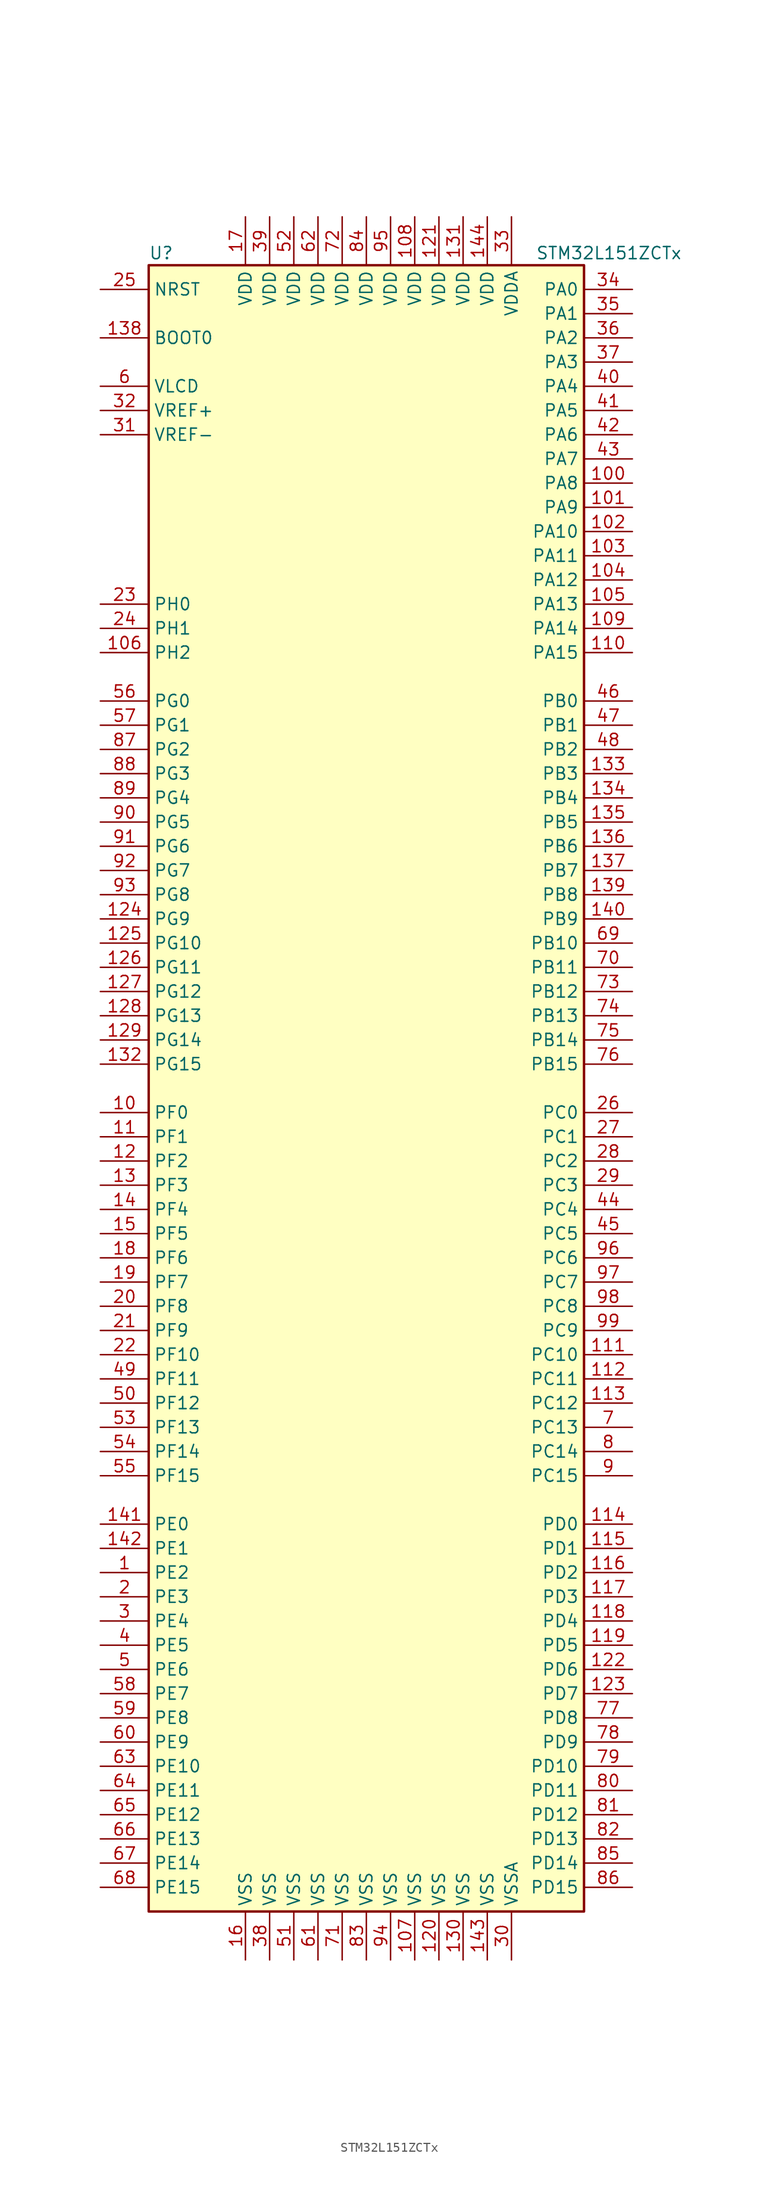
<source format=kicad_sym>
(kicad_symbol_lib
  (version 20201005)
  (generator kicad_symbol_editor)
  (symbol "STM32L151ZCTx"
    (property "Reference" "U"
      (at -22.86 87.63 0)
      (effects (font (size 1.27 1.27)) (justify left)))
    (property "Value" "STM32L151ZCTx"
      (at 17.78 87.63 0)
      (effects (font (size 1.27 1.27)) (justify left)))
    (symbol "STM32L151ZCTx_0_1"
      (rectangle (start -22.86 -86.36) (end 22.86 86.36) (stroke (width 0.254)) (fill (type background))))
    (symbol "STM32L151ZCTx_1_1"
      (pin bidirectional line (at -27.94 -50.8 0) (length 5.08) (name "PE2" (effects (font (size 1.27 1.27)))) (number "1" (effects (font (size 1.27 1.27)))))
      (pin bidirectional line (at -27.94 -2.54 0) (length 5.08) (name "PF0" (effects (font (size 1.27 1.27)))) (number "10" (effects (font (size 1.27 1.27)))))
      (pin bidirectional line (at 27.94 63.5 180) (length 5.08) (name "PA8" (effects (font (size 1.27 1.27)))) (number "100" (effects (font (size 1.27 1.27)))))
      (pin bidirectional line (at 27.94 60.96 180) (length 5.08) (name "PA9" (effects (font (size 1.27 1.27)))) (number "101" (effects (font (size 1.27 1.27)))))
      (pin bidirectional line (at 27.94 58.42 180) (length 5.08) (name "PA10" (effects (font (size 1.27 1.27)))) (number "102" (effects (font (size 1.27 1.27)))))
      (pin bidirectional line (at 27.94 55.88 180) (length 5.08) (name "PA11" (effects (font (size 1.27 1.27)))) (number "103" (effects (font (size 1.27 1.27)))))
      (pin bidirectional line (at 27.94 53.34 180) (length 5.08) (name "PA12" (effects (font (size 1.27 1.27)))) (number "104" (effects (font (size 1.27 1.27)))))
      (pin bidirectional line (at 27.94 50.8 180) (length 5.08) (name "PA13" (effects (font (size 1.27 1.27)))) (number "105" (effects (font (size 1.27 1.27)))))
      (pin bidirectional line (at -27.94 45.72 0) (length 5.08) (name "PH2" (effects (font (size 1.27 1.27)))) (number "106" (effects (font (size 1.27 1.27)))))
      (pin power_in line (at 5.08 -91.44 90) (length 5.08) (name "VSS" (effects (font (size 1.27 1.27)))) (number "107" (effects (font (size 1.27 1.27)))))
      (pin power_in line (at 5.08 91.44 270) (length 5.08) (name "VDD" (effects (font (size 1.27 1.27)))) (number "108" (effects (font (size 1.27 1.27)))))
      (pin bidirectional line (at 27.94 48.26 180) (length 5.08) (name "PA14" (effects (font (size 1.27 1.27)))) (number "109" (effects (font (size 1.27 1.27)))))
      (pin bidirectional line (at -27.94 -5.08 0) (length 5.08) (name "PF1" (effects (font (size 1.27 1.27)))) (number "11" (effects (font (size 1.27 1.27)))))
      (pin bidirectional line (at 27.94 45.72 180) (length 5.08) (name "PA15" (effects (font (size 1.27 1.27)))) (number "110" (effects (font (size 1.27 1.27)))))
      (pin bidirectional line (at 27.94 -27.94 180) (length 5.08) (name "PC10" (effects (font (size 1.27 1.27)))) (number "111" (effects (font (size 1.27 1.27)))))
      (pin bidirectional line (at 27.94 -30.48 180) (length 5.08) (name "PC11" (effects (font (size 1.27 1.27)))) (number "112" (effects (font (size 1.27 1.27)))))
      (pin bidirectional line (at 27.94 -33.02 180) (length 5.08) (name "PC12" (effects (font (size 1.27 1.27)))) (number "113" (effects (font (size 1.27 1.27)))))
      (pin bidirectional line (at 27.94 -45.72 180) (length 5.08) (name "PD0" (effects (font (size 1.27 1.27)))) (number "114" (effects (font (size 1.27 1.27)))))
      (pin bidirectional line (at 27.94 -48.26 180) (length 5.08) (name "PD1" (effects (font (size 1.27 1.27)))) (number "115" (effects (font (size 1.27 1.27)))))
      (pin bidirectional line (at 27.94 -50.8 180) (length 5.08) (name "PD2" (effects (font (size 1.27 1.27)))) (number "116" (effects (font (size 1.27 1.27)))))
      (pin bidirectional line (at 27.94 -53.34 180) (length 5.08) (name "PD3" (effects (font (size 1.27 1.27)))) (number "117" (effects (font (size 1.27 1.27)))))
      (pin bidirectional line (at 27.94 -55.88 180) (length 5.08) (name "PD4" (effects (font (size 1.27 1.27)))) (number "118" (effects (font (size 1.27 1.27)))))
      (pin bidirectional line (at 27.94 -58.42 180) (length 5.08) (name "PD5" (effects (font (size 1.27 1.27)))) (number "119" (effects (font (size 1.27 1.27)))))
      (pin bidirectional line (at -27.94 -7.62 0) (length 5.08) (name "PF2" (effects (font (size 1.27 1.27)))) (number "12" (effects (font (size 1.27 1.27)))))
      (pin power_in line (at 7.62 -91.44 90) (length 5.08) (name "VSS" (effects (font (size 1.27 1.27)))) (number "120" (effects (font (size 1.27 1.27)))))
      (pin power_in line (at 7.62 91.44 270) (length 5.08) (name "VDD" (effects (font (size 1.27 1.27)))) (number "121" (effects (font (size 1.27 1.27)))))
      (pin bidirectional line (at 27.94 -60.96 180) (length 5.08) (name "PD6" (effects (font (size 1.27 1.27)))) (number "122" (effects (font (size 1.27 1.27)))))
      (pin bidirectional line (at 27.94 -63.5 180) (length 5.08) (name "PD7" (effects (font (size 1.27 1.27)))) (number "123" (effects (font (size 1.27 1.27)))))
      (pin bidirectional line (at -27.94 17.78 0) (length 5.08) (name "PG9" (effects (font (size 1.27 1.27)))) (number "124" (effects (font (size 1.27 1.27)))))
      (pin bidirectional line (at -27.94 15.24 0) (length 5.08) (name "PG10" (effects (font (size 1.27 1.27)))) (number "125" (effects (font (size 1.27 1.27)))))
      (pin bidirectional line (at -27.94 12.7 0) (length 5.08) (name "PG11" (effects (font (size 1.27 1.27)))) (number "126" (effects (font (size 1.27 1.27)))))
      (pin bidirectional line (at -27.94 10.16 0) (length 5.08) (name "PG12" (effects (font (size 1.27 1.27)))) (number "127" (effects (font (size 1.27 1.27)))))
      (pin bidirectional line (at -27.94 7.62 0) (length 5.08) (name "PG13" (effects (font (size 1.27 1.27)))) (number "128" (effects (font (size 1.27 1.27)))))
      (pin bidirectional line (at -27.94 5.08 0) (length 5.08) (name "PG14" (effects (font (size 1.27 1.27)))) (number "129" (effects (font (size 1.27 1.27)))))
      (pin bidirectional line (at -27.94 -10.16 0) (length 5.08) (name "PF3" (effects (font (size 1.27 1.27)))) (number "13" (effects (font (size 1.27 1.27)))))
      (pin power_in line (at 10.16 -91.44 90) (length 5.08) (name "VSS" (effects (font (size 1.27 1.27)))) (number "130" (effects (font (size 1.27 1.27)))))
      (pin power_in line (at 10.16 91.44 270) (length 5.08) (name "VDD" (effects (font (size 1.27 1.27)))) (number "131" (effects (font (size 1.27 1.27)))))
      (pin bidirectional line (at -27.94 2.54 0) (length 5.08) (name "PG15" (effects (font (size 1.27 1.27)))) (number "132" (effects (font (size 1.27 1.27)))))
      (pin bidirectional line (at 27.94 33.02 180) (length 5.08) (name "PB3" (effects (font (size 1.27 1.27)))) (number "133" (effects (font (size 1.27 1.27)))))
      (pin bidirectional line (at 27.94 30.48 180) (length 5.08) (name "PB4" (effects (font (size 1.27 1.27)))) (number "134" (effects (font (size 1.27 1.27)))))
      (pin bidirectional line (at 27.94 27.94 180) (length 5.08) (name "PB5" (effects (font (size 1.27 1.27)))) (number "135" (effects (font (size 1.27 1.27)))))
      (pin bidirectional line (at 27.94 25.4 180) (length 5.08) (name "PB6" (effects (font (size 1.27 1.27)))) (number "136" (effects (font (size 1.27 1.27)))))
      (pin bidirectional line (at 27.94 22.86 180) (length 5.08) (name "PB7" (effects (font (size 1.27 1.27)))) (number "137" (effects (font (size 1.27 1.27)))))
      (pin input line (at -27.94 78.74 0) (length 5.08) (name "BOOT0" (effects (font (size 1.27 1.27)))) (number "138" (effects (font (size 1.27 1.27)))))
      (pin bidirectional line (at 27.94 20.32 180) (length 5.08) (name "PB8" (effects (font (size 1.27 1.27)))) (number "139" (effects (font (size 1.27 1.27)))))
      (pin bidirectional line (at -27.94 -12.7 0) (length 5.08) (name "PF4" (effects (font (size 1.27 1.27)))) (number "14" (effects (font (size 1.27 1.27)))))
      (pin bidirectional line (at 27.94 17.78 180) (length 5.08) (name "PB9" (effects (font (size 1.27 1.27)))) (number "140" (effects (font (size 1.27 1.27)))))
      (pin bidirectional line (at -27.94 -45.72 0) (length 5.08) (name "PE0" (effects (font (size 1.27 1.27)))) (number "141" (effects (font (size 1.27 1.27)))))
      (pin bidirectional line (at -27.94 -48.26 0) (length 5.08) (name "PE1" (effects (font (size 1.27 1.27)))) (number "142" (effects (font (size 1.27 1.27)))))
      (pin power_in line (at 12.7 -91.44 90) (length 5.08) (name "VSS" (effects (font (size 1.27 1.27)))) (number "143" (effects (font (size 1.27 1.27)))))
      (pin power_in line (at 12.7 91.44 270) (length 5.08) (name "VDD" (effects (font (size 1.27 1.27)))) (number "144" (effects (font (size 1.27 1.27)))))
      (pin bidirectional line (at -27.94 -15.24 0) (length 5.08) (name "PF5" (effects (font (size 1.27 1.27)))) (number "15" (effects (font (size 1.27 1.27)))))
      (pin power_in line (at -12.7 -91.44 90) (length 5.08) (name "VSS" (effects (font (size 1.27 1.27)))) (number "16" (effects (font (size 1.27 1.27)))))
      (pin power_in line (at -12.7 91.44 270) (length 5.08) (name "VDD" (effects (font (size 1.27 1.27)))) (number "17" (effects (font (size 1.27 1.27)))))
      (pin bidirectional line (at -27.94 -17.78 0) (length 5.08) (name "PF6" (effects (font (size 1.27 1.27)))) (number "18" (effects (font (size 1.27 1.27)))))
      (pin bidirectional line (at -27.94 -20.32 0) (length 5.08) (name "PF7" (effects (font (size 1.27 1.27)))) (number "19" (effects (font (size 1.27 1.27)))))
      (pin bidirectional line (at -27.94 -53.34 0) (length 5.08) (name "PE3" (effects (font (size 1.27 1.27)))) (number "2" (effects (font (size 1.27 1.27)))))
      (pin bidirectional line (at -27.94 -22.86 0) (length 5.08) (name "PF8" (effects (font (size 1.27 1.27)))) (number "20" (effects (font (size 1.27 1.27)))))
      (pin bidirectional line (at -27.94 -25.4 0) (length 5.08) (name "PF9" (effects (font (size 1.27 1.27)))) (number "21" (effects (font (size 1.27 1.27)))))
      (pin bidirectional line (at -27.94 -27.94 0) (length 5.08) (name "PF10" (effects (font (size 1.27 1.27)))) (number "22" (effects (font (size 1.27 1.27)))))
      (pin input line (at -27.94 50.8 0) (length 5.08) (name "PH0" (effects (font (size 1.27 1.27)))) (number "23" (effects (font (size 1.27 1.27)))))
      (pin input line (at -27.94 48.26 0) (length 5.08) (name "PH1" (effects (font (size 1.27 1.27)))) (number "24" (effects (font (size 1.27 1.27)))))
      (pin input line (at -27.94 83.82 0) (length 5.08) (name "NRST" (effects (font (size 1.27 1.27)))) (number "25" (effects (font (size 1.27 1.27)))))
      (pin bidirectional line (at 27.94 -2.54 180) (length 5.08) (name "PC0" (effects (font (size 1.27 1.27)))) (number "26" (effects (font (size 1.27 1.27)))))
      (pin bidirectional line (at 27.94 -5.08 180) (length 5.08) (name "PC1" (effects (font (size 1.27 1.27)))) (number "27" (effects (font (size 1.27 1.27)))))
      (pin bidirectional line (at 27.94 -7.62 180) (length 5.08) (name "PC2" (effects (font (size 1.27 1.27)))) (number "28" (effects (font (size 1.27 1.27)))))
      (pin bidirectional line (at 27.94 -10.16 180) (length 5.08) (name "PC3" (effects (font (size 1.27 1.27)))) (number "29" (effects (font (size 1.27 1.27)))))
      (pin bidirectional line (at -27.94 -55.88 0) (length 5.08) (name "PE4" (effects (font (size 1.27 1.27)))) (number "3" (effects (font (size 1.27 1.27)))))
      (pin power_in line (at 15.24 -91.44 90) (length 5.08) (name "VSSA" (effects (font (size 1.27 1.27)))) (number "30" (effects (font (size 1.27 1.27)))))
      (pin power_in line (at -27.94 68.58 0) (length 5.08) (name "VREF-" (effects (font (size 1.27 1.27)))) (number "31" (effects (font (size 1.27 1.27)))))
      (pin power_in line (at -27.94 71.12 0) (length 5.08) (name "VREF+" (effects (font (size 1.27 1.27)))) (number "32" (effects (font (size 1.27 1.27)))))
      (pin power_in line (at 15.24 91.44 270) (length 5.08) (name "VDDA" (effects (font (size 1.27 1.27)))) (number "33" (effects (font (size 1.27 1.27)))))
      (pin bidirectional line (at 27.94 83.82 180) (length 5.08) (name "PA0" (effects (font (size 1.27 1.27)))) (number "34" (effects (font (size 1.27 1.27)))))
      (pin bidirectional line (at 27.94 81.28 180) (length 5.08) (name "PA1" (effects (font (size 1.27 1.27)))) (number "35" (effects (font (size 1.27 1.27)))))
      (pin bidirectional line (at 27.94 78.74 180) (length 5.08) (name "PA2" (effects (font (size 1.27 1.27)))) (number "36" (effects (font (size 1.27 1.27)))))
      (pin bidirectional line (at 27.94 76.2 180) (length 5.08) (name "PA3" (effects (font (size 1.27 1.27)))) (number "37" (effects (font (size 1.27 1.27)))))
      (pin power_in line (at -10.16 -91.44 90) (length 5.08) (name "VSS" (effects (font (size 1.27 1.27)))) (number "38" (effects (font (size 1.27 1.27)))))
      (pin power_in line (at -10.16 91.44 270) (length 5.08) (name "VDD" (effects (font (size 1.27 1.27)))) (number "39" (effects (font (size 1.27 1.27)))))
      (pin bidirectional line (at -27.94 -58.42 0) (length 5.08) (name "PE5" (effects (font (size 1.27 1.27)))) (number "4" (effects (font (size 1.27 1.27)))))
      (pin bidirectional line (at 27.94 73.66 180) (length 5.08) (name "PA4" (effects (font (size 1.27 1.27)))) (number "40" (effects (font (size 1.27 1.27)))))
      (pin bidirectional line (at 27.94 71.12 180) (length 5.08) (name "PA5" (effects (font (size 1.27 1.27)))) (number "41" (effects (font (size 1.27 1.27)))))
      (pin bidirectional line (at 27.94 68.58 180) (length 5.08) (name "PA6" (effects (font (size 1.27 1.27)))) (number "42" (effects (font (size 1.27 1.27)))))
      (pin bidirectional line (at 27.94 66.04 180) (length 5.08) (name "PA7" (effects (font (size 1.27 1.27)))) (number "43" (effects (font (size 1.27 1.27)))))
      (pin bidirectional line (at 27.94 -12.7 180) (length 5.08) (name "PC4" (effects (font (size 1.27 1.27)))) (number "44" (effects (font (size 1.27 1.27)))))
      (pin bidirectional line (at 27.94 -15.24 180) (length 5.08) (name "PC5" (effects (font (size 1.27 1.27)))) (number "45" (effects (font (size 1.27 1.27)))))
      (pin bidirectional line (at 27.94 40.64 180) (length 5.08) (name "PB0" (effects (font (size 1.27 1.27)))) (number "46" (effects (font (size 1.27 1.27)))))
      (pin bidirectional line (at 27.94 38.1 180) (length 5.08) (name "PB1" (effects (font (size 1.27 1.27)))) (number "47" (effects (font (size 1.27 1.27)))))
      (pin bidirectional line (at 27.94 35.56 180) (length 5.08) (name "PB2" (effects (font (size 1.27 1.27)))) (number "48" (effects (font (size 1.27 1.27)))))
      (pin bidirectional line (at -27.94 -30.48 0) (length 5.08) (name "PF11" (effects (font (size 1.27 1.27)))) (number "49" (effects (font (size 1.27 1.27)))))
      (pin bidirectional line (at -27.94 -60.96 0) (length 5.08) (name "PE6" (effects (font (size 1.27 1.27)))) (number "5" (effects (font (size 1.27 1.27)))))
      (pin bidirectional line (at -27.94 -33.02 0) (length 5.08) (name "PF12" (effects (font (size 1.27 1.27)))) (number "50" (effects (font (size 1.27 1.27)))))
      (pin power_in line (at -7.62 -91.44 90) (length 5.08) (name "VSS" (effects (font (size 1.27 1.27)))) (number "51" (effects (font (size 1.27 1.27)))))
      (pin power_in line (at -7.62 91.44 270) (length 5.08) (name "VDD" (effects (font (size 1.27 1.27)))) (number "52" (effects (font (size 1.27 1.27)))))
      (pin bidirectional line (at -27.94 -35.56 0) (length 5.08) (name "PF13" (effects (font (size 1.27 1.27)))) (number "53" (effects (font (size 1.27 1.27)))))
      (pin bidirectional line (at -27.94 -38.1 0) (length 5.08) (name "PF14" (effects (font (size 1.27 1.27)))) (number "54" (effects (font (size 1.27 1.27)))))
      (pin bidirectional line (at -27.94 -40.64 0) (length 5.08) (name "PF15" (effects (font (size 1.27 1.27)))) (number "55" (effects (font (size 1.27 1.27)))))
      (pin bidirectional line (at -27.94 40.64 0) (length 5.08) (name "PG0" (effects (font (size 1.27 1.27)))) (number "56" (effects (font (size 1.27 1.27)))))
      (pin bidirectional line (at -27.94 38.1 0) (length 5.08) (name "PG1" (effects (font (size 1.27 1.27)))) (number "57" (effects (font (size 1.27 1.27)))))
      (pin bidirectional line (at -27.94 -63.5 0) (length 5.08) (name "PE7" (effects (font (size 1.27 1.27)))) (number "58" (effects (font (size 1.27 1.27)))))
      (pin bidirectional line (at -27.94 -66.04 0) (length 5.08) (name "PE8" (effects (font (size 1.27 1.27)))) (number "59" (effects (font (size 1.27 1.27)))))
      (pin power_in line (at -27.94 73.66 0) (length 5.08) (name "VLCD" (effects (font (size 1.27 1.27)))) (number "6" (effects (font (size 1.27 1.27)))))
      (pin bidirectional line (at -27.94 -68.58 0) (length 5.08) (name "PE9" (effects (font (size 1.27 1.27)))) (number "60" (effects (font (size 1.27 1.27)))))
      (pin power_in line (at -5.08 -91.44 90) (length 5.08) (name "VSS" (effects (font (size 1.27 1.27)))) (number "61" (effects (font (size 1.27 1.27)))))
      (pin power_in line (at -5.08 91.44 270) (length 5.08) (name "VDD" (effects (font (size 1.27 1.27)))) (number "62" (effects (font (size 1.27 1.27)))))
      (pin bidirectional line (at -27.94 -71.12 0) (length 5.08) (name "PE10" (effects (font (size 1.27 1.27)))) (number "63" (effects (font (size 1.27 1.27)))))
      (pin bidirectional line (at -27.94 -73.66 0) (length 5.08) (name "PE11" (effects (font (size 1.27 1.27)))) (number "64" (effects (font (size 1.27 1.27)))))
      (pin bidirectional line (at -27.94 -76.2 0) (length 5.08) (name "PE12" (effects (font (size 1.27 1.27)))) (number "65" (effects (font (size 1.27 1.27)))))
      (pin bidirectional line (at -27.94 -78.74 0) (length 5.08) (name "PE13" (effects (font (size 1.27 1.27)))) (number "66" (effects (font (size 1.27 1.27)))))
      (pin bidirectional line (at -27.94 -81.28 0) (length 5.08) (name "PE14" (effects (font (size 1.27 1.27)))) (number "67" (effects (font (size 1.27 1.27)))))
      (pin bidirectional line (at -27.94 -83.82 0) (length 5.08) (name "PE15" (effects (font (size 1.27 1.27)))) (number "68" (effects (font (size 1.27 1.27)))))
      (pin bidirectional line (at 27.94 15.24 180) (length 5.08) (name "PB10" (effects (font (size 1.27 1.27)))) (number "69" (effects (font (size 1.27 1.27)))))
      (pin bidirectional line (at 27.94 -35.56 180) (length 5.08) (name "PC13" (effects (font (size 1.27 1.27)))) (number "7" (effects (font (size 1.27 1.27)))))
      (pin bidirectional line (at 27.94 12.7 180) (length 5.08) (name "PB11" (effects (font (size 1.27 1.27)))) (number "70" (effects (font (size 1.27 1.27)))))
      (pin power_in line (at -2.54 -91.44 90) (length 5.08) (name "VSS" (effects (font (size 1.27 1.27)))) (number "71" (effects (font (size 1.27 1.27)))))
      (pin power_in line (at -2.54 91.44 270) (length 5.08) (name "VDD" (effects (font (size 1.27 1.27)))) (number "72" (effects (font (size 1.27 1.27)))))
      (pin bidirectional line (at 27.94 10.16 180) (length 5.08) (name "PB12" (effects (font (size 1.27 1.27)))) (number "73" (effects (font (size 1.27 1.27)))))
      (pin bidirectional line (at 27.94 7.62 180) (length 5.08) (name "PB13" (effects (font (size 1.27 1.27)))) (number "74" (effects (font (size 1.27 1.27)))))
      (pin bidirectional line (at 27.94 5.08 180) (length 5.08) (name "PB14" (effects (font (size 1.27 1.27)))) (number "75" (effects (font (size 1.27 1.27)))))
      (pin bidirectional line (at 27.94 2.54 180) (length 5.08) (name "PB15" (effects (font (size 1.27 1.27)))) (number "76" (effects (font (size 1.27 1.27)))))
      (pin bidirectional line (at 27.94 -66.04 180) (length 5.08) (name "PD8" (effects (font (size 1.27 1.27)))) (number "77" (effects (font (size 1.27 1.27)))))
      (pin bidirectional line (at 27.94 -68.58 180) (length 5.08) (name "PD9" (effects (font (size 1.27 1.27)))) (number "78" (effects (font (size 1.27 1.27)))))
      (pin bidirectional line (at 27.94 -71.12 180) (length 5.08) (name "PD10" (effects (font (size 1.27 1.27)))) (number "79" (effects (font (size 1.27 1.27)))))
      (pin bidirectional line (at 27.94 -38.1 180) (length 5.08) (name "PC14" (effects (font (size 1.27 1.27)))) (number "8" (effects (font (size 1.27 1.27)))))
      (pin bidirectional line (at 27.94 -73.66 180) (length 5.08) (name "PD11" (effects (font (size 1.27 1.27)))) (number "80" (effects (font (size 1.27 1.27)))))
      (pin bidirectional line (at 27.94 -76.2 180) (length 5.08) (name "PD12" (effects (font (size 1.27 1.27)))) (number "81" (effects (font (size 1.27 1.27)))))
      (pin bidirectional line (at 27.94 -78.74 180) (length 5.08) (name "PD13" (effects (font (size 1.27 1.27)))) (number "82" (effects (font (size 1.27 1.27)))))
      (pin power_in line (at 0 -91.44 90) (length 5.08) (name "VSS" (effects (font (size 1.27 1.27)))) (number "83" (effects (font (size 1.27 1.27)))))
      (pin power_in line (at 0 91.44 270) (length 5.08) (name "VDD" (effects (font (size 1.27 1.27)))) (number "84" (effects (font (size 1.27 1.27)))))
      (pin bidirectional line (at 27.94 -81.28 180) (length 5.08) (name "PD14" (effects (font (size 1.27 1.27)))) (number "85" (effects (font (size 1.27 1.27)))))
      (pin bidirectional line (at 27.94 -83.82 180) (length 5.08) (name "PD15" (effects (font (size 1.27 1.27)))) (number "86" (effects (font (size 1.27 1.27)))))
      (pin bidirectional line (at -27.94 35.56 0) (length 5.08) (name "PG2" (effects (font (size 1.27 1.27)))) (number "87" (effects (font (size 1.27 1.27)))))
      (pin bidirectional line (at -27.94 33.02 0) (length 5.08) (name "PG3" (effects (font (size 1.27 1.27)))) (number "88" (effects (font (size 1.27 1.27)))))
      (pin bidirectional line (at -27.94 30.48 0) (length 5.08) (name "PG4" (effects (font (size 1.27 1.27)))) (number "89" (effects (font (size 1.27 1.27)))))
      (pin bidirectional line (at 27.94 -40.64 180) (length 5.08) (name "PC15" (effects (font (size 1.27 1.27)))) (number "9" (effects (font (size 1.27 1.27)))))
      (pin bidirectional line (at -27.94 27.94 0) (length 5.08) (name "PG5" (effects (font (size 1.27 1.27)))) (number "90" (effects (font (size 1.27 1.27)))))
      (pin bidirectional line (at -27.94 25.4 0) (length 5.08) (name "PG6" (effects (font (size 1.27 1.27)))) (number "91" (effects (font (size 1.27 1.27)))))
      (pin bidirectional line (at -27.94 22.86 0) (length 5.08) (name "PG7" (effects (font (size 1.27 1.27)))) (number "92" (effects (font (size 1.27 1.27)))))
      (pin bidirectional line (at -27.94 20.32 0) (length 5.08) (name "PG8" (effects (font (size 1.27 1.27)))) (number "93" (effects (font (size 1.27 1.27)))))
      (pin power_in line (at 2.54 -91.44 90) (length 5.08) (name "VSS" (effects (font (size 1.27 1.27)))) (number "94" (effects (font (size 1.27 1.27)))))
      (pin power_in line (at 2.54 91.44 270) (length 5.08) (name "VDD" (effects (font (size 1.27 1.27)))) (number "95" (effects (font (size 1.27 1.27)))))
      (pin bidirectional line (at 27.94 -17.78 180) (length 5.08) (name "PC6" (effects (font (size 1.27 1.27)))) (number "96" (effects (font (size 1.27 1.27)))))
      (pin bidirectional line (at 27.94 -20.32 180) (length 5.08) (name "PC7" (effects (font (size 1.27 1.27)))) (number "97" (effects (font (size 1.27 1.27)))))
      (pin bidirectional line (at 27.94 -22.86 180) (length 5.08) (name "PC8" (effects (font (size 1.27 1.27)))) (number "98" (effects (font (size 1.27 1.27)))))
      (pin bidirectional line (at 27.94 -25.4 180) (length 5.08) (name "PC9" (effects (font (size 1.27 1.27)))) (number "99" (effects (font (size 1.27 1.27))))))))
</source>
